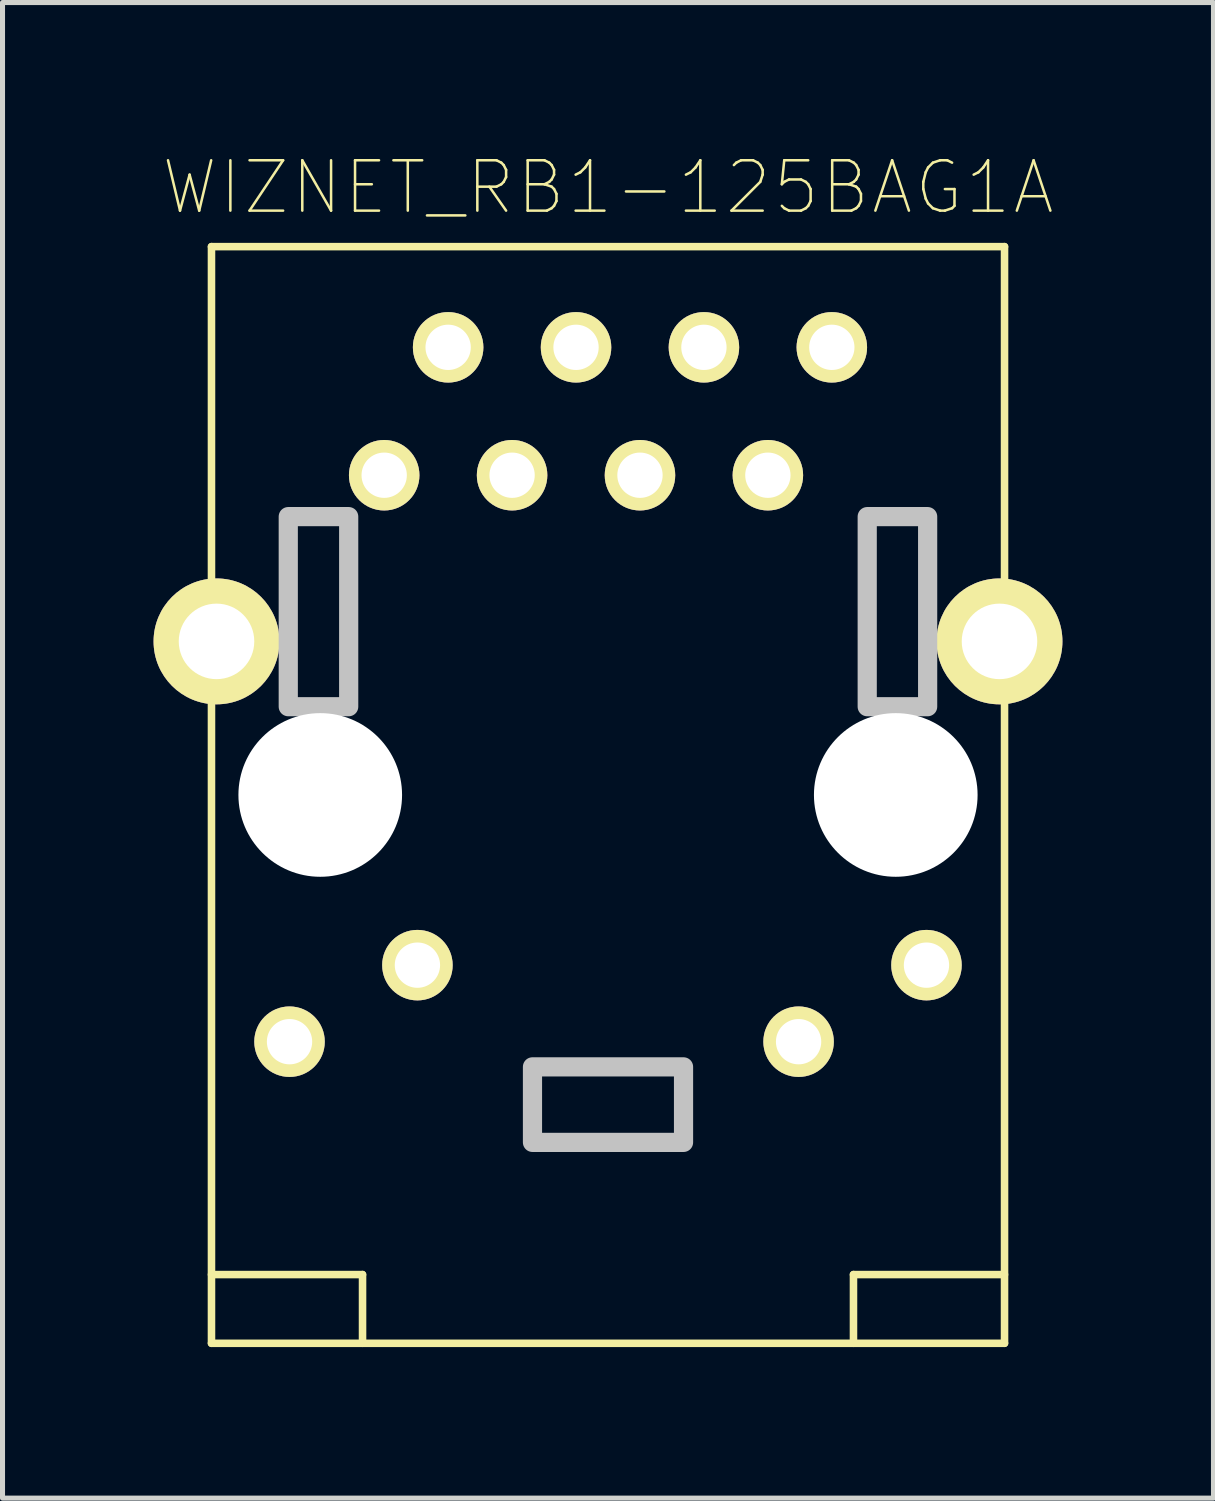
<source format=kicad_pcb>
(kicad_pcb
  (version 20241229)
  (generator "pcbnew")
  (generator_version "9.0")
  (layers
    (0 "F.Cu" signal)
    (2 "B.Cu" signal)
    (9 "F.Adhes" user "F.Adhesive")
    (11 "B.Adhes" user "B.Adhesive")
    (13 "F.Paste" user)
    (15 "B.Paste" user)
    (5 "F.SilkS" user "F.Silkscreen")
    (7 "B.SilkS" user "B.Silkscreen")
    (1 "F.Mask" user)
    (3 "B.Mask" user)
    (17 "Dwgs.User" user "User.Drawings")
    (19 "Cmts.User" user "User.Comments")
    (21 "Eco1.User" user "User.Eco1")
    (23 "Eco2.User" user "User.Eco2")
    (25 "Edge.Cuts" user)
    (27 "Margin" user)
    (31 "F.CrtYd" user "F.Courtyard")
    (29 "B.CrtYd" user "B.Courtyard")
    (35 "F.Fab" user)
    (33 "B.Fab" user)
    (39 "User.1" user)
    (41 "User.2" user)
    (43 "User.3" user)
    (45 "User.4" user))
  (footprint "WIZNET_RB1-125BAG1A"
    (layer "F.Cu")
    (at 9.025 12.738)
    (property "Reference" "WIZNET_RB1-125BAG1A" (at 0 -12.065 0) (layer "F.SilkS") (effects (font (size 1 1) (thickness 0.05))))
    (attr through_hole)
    (fp_line (start -7.875 -10.89) (end -7.875 10.89) (stroke (width 0.15) (type solid)) (layer "F.SilkS"))
    (fp_line (start -7.875 9.525) (end -4.875 9.525) (stroke (width 0.15) (type solid)) (layer "F.SilkS"))
    (fp_line (start -4.875 9.525) (end -4.875 10.89) (stroke (width 0.15) (type solid)) (layer "F.SilkS"))
    (fp_line (start 4.875 9.525) (end 4.875 10.89) (stroke (width 0.15) (type solid)) (layer "F.SilkS"))
    (fp_line (start 7.875 -10.89) (end -7.875 -10.89) (stroke (width 0.15) (type solid)) (layer "F.SilkS"))
    (fp_line (start 7.875 -10.89) (end 7.875 10.89) (stroke (width 0.15) (type solid)) (layer "F.SilkS"))
    (fp_line (start 7.875 9.525) (end 4.875 9.525) (stroke (width 0.15) (type solid)) (layer "F.SilkS"))
    (fp_line (start 7.875 10.89) (end -7.875 10.89) (stroke (width 0.15) (type solid)) (layer "F.SilkS"))
    (fp_poly (pts (xy -6.35 -5.528) (xy -5.15 -5.528) (xy -5.15 -1.753) (xy -6.35 -1.753)) (stroke (width 0.381) (type solid)) (fill no) (layer "Dwgs.User"))
    (fp_poly (pts (xy -1.5 5.4) (xy 1.5 5.4) (xy 1.5 6.9) (xy -1.5 6.9)) (stroke (width 0.381) (type solid)) (fill no) (layer "Dwgs.User"))
    (fp_poly (pts (xy 5.148 -5.528) (xy 6.348 -5.528) (xy 6.348 -1.753) (xy 5.148 -1.753)) (stroke (width 0.381) (type solid)) (fill no) (layer "Dwgs.User"))
    (pad "" np_thru_hole circle (at -5.715 0) (size 3.25 3.25) (drill 3.25) (layers "*.Cu" "*.Mask"))
    (pad "" np_thru_hole circle (at 5.715 0) (size 3.25 3.25) (drill 3.25) (layers "*.Cu" "*.Mask"))
    (pad "L1" thru_hole circle (at 6.325 3.38) (size 1.4 1.4) (drill 0.9) (layers "*.Cu" "*.Mask" "F.SilkS"))
    (pad "L2" thru_hole circle (at 3.785 4.9) (size 1.4 1.4) (drill 0.9) (layers "*.Cu" "*.Mask" "F.SilkS"))
    (pad "L3" thru_hole circle (at -3.785 3.38) (size 1.4 1.4) (drill 0.9) (layers "*.Cu" "*.Mask" "F.SilkS"))
    (pad "L4" thru_hole circle (at -6.325 4.9) (size 1.4 1.4) (drill 0.9) (layers "*.Cu" "*.Mask" "F.SilkS"))
    (pad "R1" thru_hole circle (at -4.445 -6.35) (size 1.4 1.4) (drill 0.9) (layers "*.Cu" "*.Mask" "F.SilkS"))
    (pad "R2" thru_hole circle (at -3.175 -8.89) (size 1.4 1.4) (drill 0.9) (layers "*.Cu" "*.Mask" "F.SilkS"))
    (pad "R3" thru_hole circle (at -1.905 -6.35) (size 1.4 1.4) (drill 0.9) (layers "*.Cu" "*.Mask" "F.SilkS"))
    (pad "R4" thru_hole circle (at -0.635 -8.89) (size 1.4 1.4) (drill 0.9) (layers "*.Cu" "*.Mask" "F.SilkS"))
    (pad "R5" thru_hole circle (at 0.635 -6.35) (size 1.4 1.4) (drill 0.9) (layers "*.Cu" "*.Mask" "F.SilkS"))
    (pad "R6" thru_hole circle (at 1.905 -8.89) (size 1.4 1.4) (drill 0.9) (layers "*.Cu" "*.Mask" "F.SilkS"))
    (pad "R7" thru_hole circle (at 3.175 -6.35) (size 1.4 1.4) (drill 0.9) (layers "*.Cu" "*.Mask" "F.SilkS"))
    (pad "R8" thru_hole circle (at 4.445 -8.89) (size 1.4 1.4) (drill 0.9) (layers "*.Cu" "*.Mask" "F.SilkS"))
    (pad "S1" thru_hole circle (at -7.775 -3.05) (size 2.5 2.5) (drill 1.5) (layers "*.Cu" "*.Mask" "F.SilkS"))
    (pad "S2" thru_hole circle (at 7.775 -3.05) (size 2.5 2.5) (drill 1.5) (layers "*.Cu" "*.Mask" "F.SilkS")))
  (gr_rect
    (start -3 -3)
    (end 21.05 26.703)
    (stroke (width 0.1) (type default))
    (fill no)
    (layer "Edge.Cuts")))
</source>
